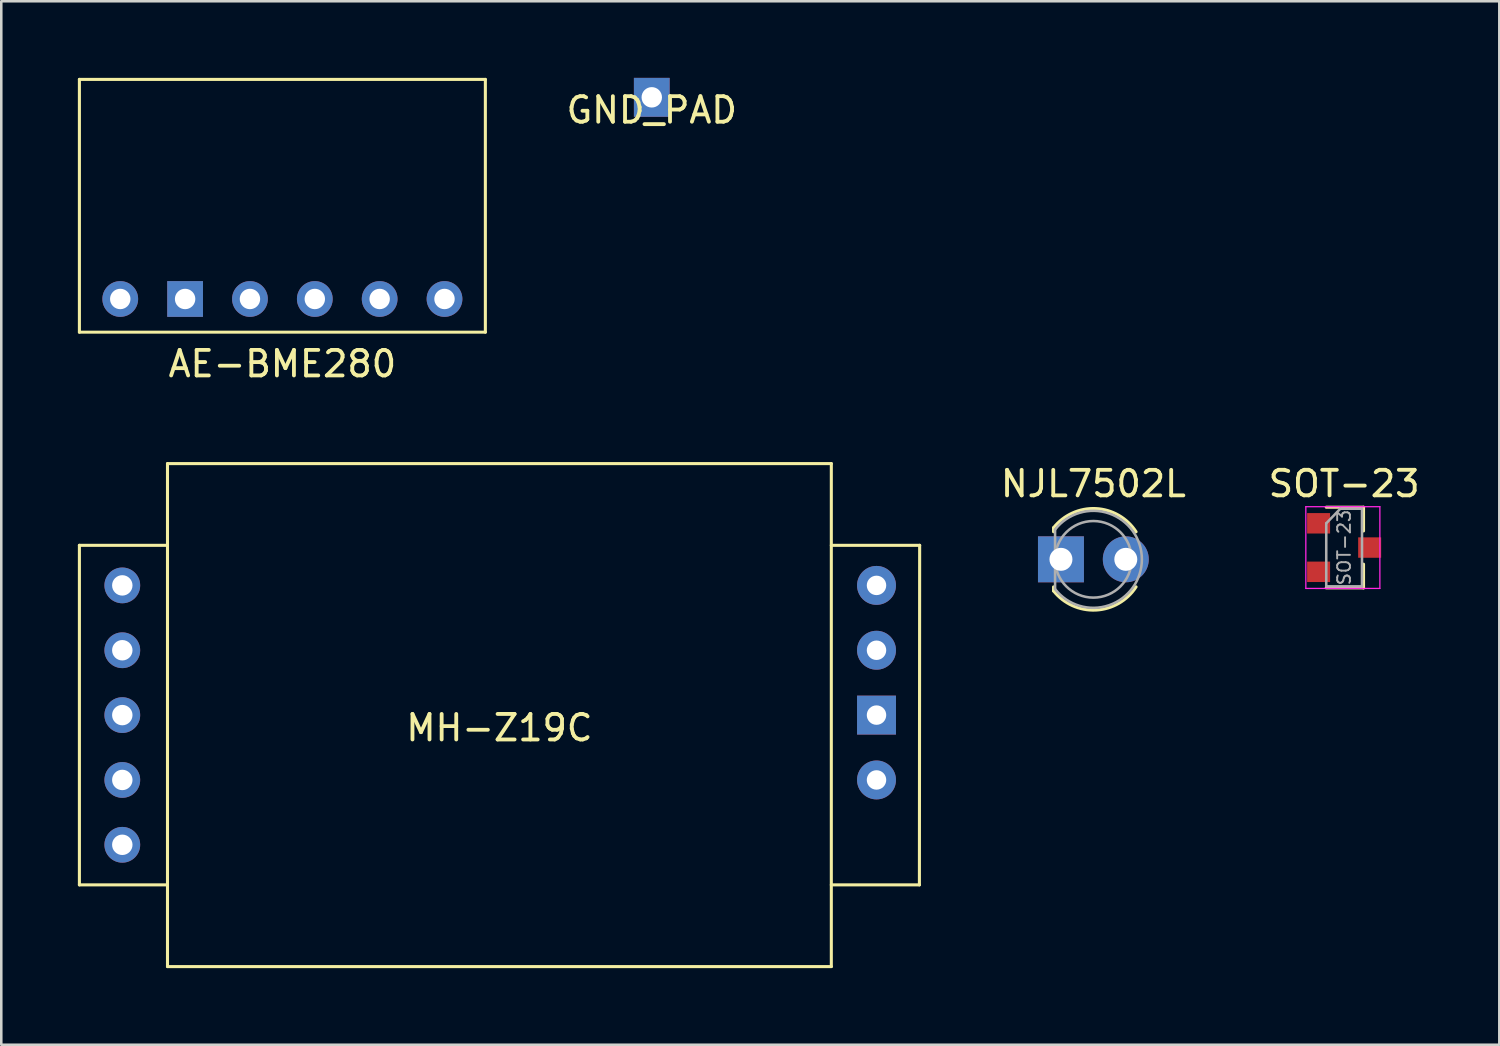
<source format=kicad_pcb>
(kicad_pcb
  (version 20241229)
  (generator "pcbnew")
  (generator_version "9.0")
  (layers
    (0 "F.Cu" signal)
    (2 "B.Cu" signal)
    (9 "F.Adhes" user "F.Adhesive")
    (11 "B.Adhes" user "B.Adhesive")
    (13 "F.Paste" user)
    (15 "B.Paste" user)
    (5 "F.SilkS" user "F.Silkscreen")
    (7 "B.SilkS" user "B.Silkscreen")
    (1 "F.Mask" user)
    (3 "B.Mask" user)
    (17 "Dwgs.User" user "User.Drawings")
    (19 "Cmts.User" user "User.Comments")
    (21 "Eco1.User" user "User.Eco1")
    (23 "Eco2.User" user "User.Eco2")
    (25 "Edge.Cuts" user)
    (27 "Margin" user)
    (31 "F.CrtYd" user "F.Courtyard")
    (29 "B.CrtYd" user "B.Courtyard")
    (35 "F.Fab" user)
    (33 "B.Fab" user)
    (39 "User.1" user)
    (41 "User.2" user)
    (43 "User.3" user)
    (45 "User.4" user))
  (footprint "SOT-23"
    (layer "F.Cu")
    (at 49.595 18.396)
    (property "Reference" "SOT-23" (at 0 -2.5 0) (layer "F.SilkS") (effects (font (size 1 1) (thickness 0.15))))
    (attr smd)
    (fp_line (start 0.76 -1.58) (end -0.7 -1.58) (stroke (width 0.12) (type solid)) (layer "F.SilkS"))
    (fp_line (start 0.76 -1.58) (end 0.76 -0.65) (stroke (width 0.12) (type solid)) (layer "F.SilkS"))
    (fp_line (start 0.76 1.58) (end -0.7 1.58) (stroke (width 0.12) (type solid)) (layer "F.SilkS"))
    (fp_line (start 0.76 1.58) (end 0.76 0.65) (stroke (width 0.12) (type solid)) (layer "F.SilkS"))
    (fp_line (start -1.5 -1.6) (end 1.4 -1.6) (stroke (width 0.05) (type solid)) (layer "F.CrtYd"))
    (fp_line (start -1.5 1.6) (end -1.5 -1.6) (stroke (width 0.05) (type solid)) (layer "F.CrtYd"))
    (fp_line (start 1.4 -1.6) (end 1.4 1.6) (stroke (width 0.05) (type solid)) (layer "F.CrtYd"))
    (fp_line (start 1.4 1.6) (end -1.5 1.6) (stroke (width 0.05) (type solid)) (layer "F.CrtYd"))
    (fp_line (start -0.7 -0.95) (end -0.7 1.5) (stroke (width 0.1) (type solid)) (layer "F.Fab"))
    (fp_line (start -0.7 -0.95) (end -0.15 -1.52) (stroke (width 0.1) (type solid)) (layer "F.Fab"))
    (fp_line (start -0.7 1.52) (end 0.7 1.52) (stroke (width 0.1) (type solid)) (layer "F.Fab"))
    (fp_line (start -0.15 -1.52) (end 0.7 -1.52) (stroke (width 0.1) (type solid)) (layer "F.Fab"))
    (fp_line (start 0.7 -1.52) (end 0.7 1.52) (stroke (width 0.1) (type solid)) (layer "F.Fab"))
    (fp_text user "${REFERENCE}" (at 0 0 90) (layer "F.Fab") (effects (font (size 0.5 0.5) (thickness 0.075))))
    (pad "1" smd rect (at -1 -0.95) (size 0.9 0.8) (layers "F.Cu" "F.Mask" "F.Paste"))
    (pad "2" smd rect (at -1 0.95) (size 0.9 0.8) (layers "F.Cu" "F.Mask" "F.Paste"))
    (pad "3" smd rect (at 1 0) (size 0.9 0.8) (layers "F.Cu" "F.Mask" "F.Paste")))
  (footprint "NJL7502L"
    (layer "F.Cu")
    (at 38.504 18.857)
    (property "Reference" "NJL7502L" (at 1.27 -2.96 0) (layer "F.SilkS") (effects (font (size 1 1) (thickness 0.15))))
    (attr through_hole)
    (fp_line (start -0.29 -1.236) (end -0.29 -1.08) (stroke (width 0.12) (type solid)) (layer "F.SilkS"))
    (fp_line (start -0.29 1.08) (end -0.29 1.236) (stroke (width 0.12) (type solid)) (layer "F.SilkS"))
    (fp_arc (start -0.29 -1.235516) (mid 1.366487 -1.987659) (end 2.942335 -1.078608) (stroke (width 0.12) (type solid)) (layer "F.SilkS"))
    (fp_arc (start 2.942335 1.078608) (mid 1.366487 1.987659) (end -0.29 1.235516) (stroke (width 0.12) (type solid)) (layer "F.SilkS"))
    (fp_line (start -0.23 -1.166) (end -0.23 1.166) (stroke (width 0.1) (type solid)) (layer "F.Fab"))
    (fp_arc (start -0.23 -1.16619) (mid 3.17 0.000452) (end -0.230555 1.165476) (stroke (width 0.1) (type solid)) (layer "F.Fab"))
    (fp_circle (center 1.27 0) (end 2.77 0) (stroke (width 0.1) (type solid)) (fill no) (layer "F.Fab"))
    (pad "1" thru_hole circle (at 2.54 0) (size 1.8 1.8) (drill 0.9) (layers "*.Cu" "*.Mask"))
    (pad "2" thru_hole rect (at 0 0) (size 1.8 1.8) (drill 0.9) (layers "*.Cu" "*.Mask")))
  (footprint "MH-Z19C"
    (layer "F.Cu")
    (at 16.51 24.958)
    (property "Reference" "MH-Z19C" (at 0 0.5 0) (layer "F.SilkS") (effects (font (size 1 1) (thickness 0.15))))
    (attr through_hole)
    (fp_line (start -16.45 -6.65) (end -13 -6.65) (stroke (width 0.12) (type solid)) (layer "F.SilkS"))
    (fp_line (start -16.45 6.65) (end -16.45 -6.65) (stroke (width 0.12) (type solid)) (layer "F.SilkS"))
    (fp_line (start -13 -9.85) (end -13 9.85) (stroke (width 0.12) (type solid)) (layer "F.SilkS"))
    (fp_line (start -13 6.65) (end -16.45 6.65) (stroke (width 0.12) (type solid)) (layer "F.SilkS"))
    (fp_line (start -13 9.85) (end 13 9.85) (stroke (width 0.12) (type solid)) (layer "F.SilkS"))
    (fp_line (start 13 -9.85) (end -13 -9.85) (stroke (width 0.12) (type solid)) (layer "F.SilkS"))
    (fp_line (start 13 6.65) (end 16.45 6.65) (stroke (width 0.12) (type solid)) (layer "F.SilkS"))
    (fp_line (start 13 9.85) (end 13 -9.85) (stroke (width 0.12) (type solid)) (layer "F.SilkS"))
    (fp_line (start 16.45 6.65) (end 16.46 -6.65) (stroke (width 0.12) (type solid)) (layer "F.SilkS"))
    (fp_line (start 16.46 -6.65) (end 13 -6.65) (stroke (width 0.12) (type solid)) (layer "F.SilkS"))
    (pad "1" thru_hole circle (at -14.77 -5.08) (size 1.4 1.4) (drill 0.8) (layers "*.Cu" "*.Mask"))
    (pad "2" thru_hole circle (at -14.77 -2.54) (size 1.4 1.4) (drill 0.8) (layers "*.Cu" "*.Mask"))
    (pad "3" thru_hole circle (at -14.77 0) (size 1.4 1.4) (drill 0.8) (layers "*.Cu" "*.Mask"))
    (pad "4" thru_hole circle (at -14.77 2.54) (size 1.4 1.4) (drill 0.8) (layers "*.Cu" "*.Mask"))
    (pad "5" thru_hole circle (at -14.77 5.08) (size 1.4 1.4) (drill 0.8) (layers "*.Cu" "*.Mask"))
    (pad "6" thru_hole circle (at 14.77 2.54) (size 1.524 1.524) (drill 0.762) (layers "*.Cu" "*.Mask"))
    (pad "7" thru_hole rect (at 14.77 0) (size 1.524 1.524) (drill 0.762) (layers "*.Cu" "*.Mask"))
    (pad "8" thru_hole circle (at 14.77 -2.54) (size 1.524 1.524) (drill 0.762) (layers "*.Cu" "*.Mask"))
    (pad "9" thru_hole circle (at 14.77 -5.08) (size 1.524 1.524) (drill 0.762) (layers "*.Cu" "*.Mask")))
  (footprint "GND_PAD"
    (layer "F.Cu")
    (at 22.478 0.762)
    (property "Reference" "GND_PAD" (at 0 0.5 0) (layer "F.SilkS") (effects (font (size 1 1) (thickness 0.15))))
    (attr through_hole)
    (pad "1" thru_hole rect (at 0 0) (size 1.4 1.524) (drill 0.8) (layers "*.Cu" "*.Mask")))
  (footprint "AE-BME280"
    (layer "F.Cu")
    (at 8.01 8.66)
    (property "Reference" "AE-BME280" (at 0 2.54 0) (layer "F.SilkS") (effects (font (size 1 1) (thickness 0.15))))
    (attr through_hole)
    (fp_line (start -7.95 -8.6) (end -7.95 1.3) (stroke (width 0.12) (type solid)) (layer "F.SilkS"))
    (fp_line (start -7.95 1.3) (end 7.95 1.3) (stroke (width 0.12) (type solid)) (layer "F.SilkS"))
    (fp_line (start 7.95 -8.6) (end -7.95 -8.6) (stroke (width 0.12) (type solid)) (layer "F.SilkS"))
    (fp_line (start 7.95 1.3) (end 7.95 -8.6) (stroke (width 0.12) (type solid)) (layer "F.SilkS"))
    (pad "1" thru_hole circle (at -6.35 0) (size 1.4 1.4) (drill 0.8) (layers "*.Cu" "*.Mask"))
    (pad "2" thru_hole rect (at -3.81 0) (size 1.4 1.4) (drill 0.8) (layers "*.Cu" "*.Mask"))
    (pad "3" thru_hole circle (at -1.27 0) (size 1.4 1.4) (drill 0.8) (layers "*.Cu" "*.Mask"))
    (pad "4" thru_hole circle (at 1.27 0) (size 1.4 1.4) (drill 0.8) (layers "*.Cu" "*.Mask"))
    (pad "5" thru_hole circle (at 3.81 0) (size 1.4 1.4) (drill 0.8) (layers "*.Cu" "*.Mask"))
    (pad "6" thru_hole circle (at 6.35 0) (size 1.4 1.4) (drill 0.8) (layers "*.Cu" "*.Mask")))
  (gr_rect
    (start -3 -3)
    (end 55.673 37.868)
    (stroke (width 0.1) (type default))
    (fill no)
    (layer "Edge.Cuts")))
</source>
